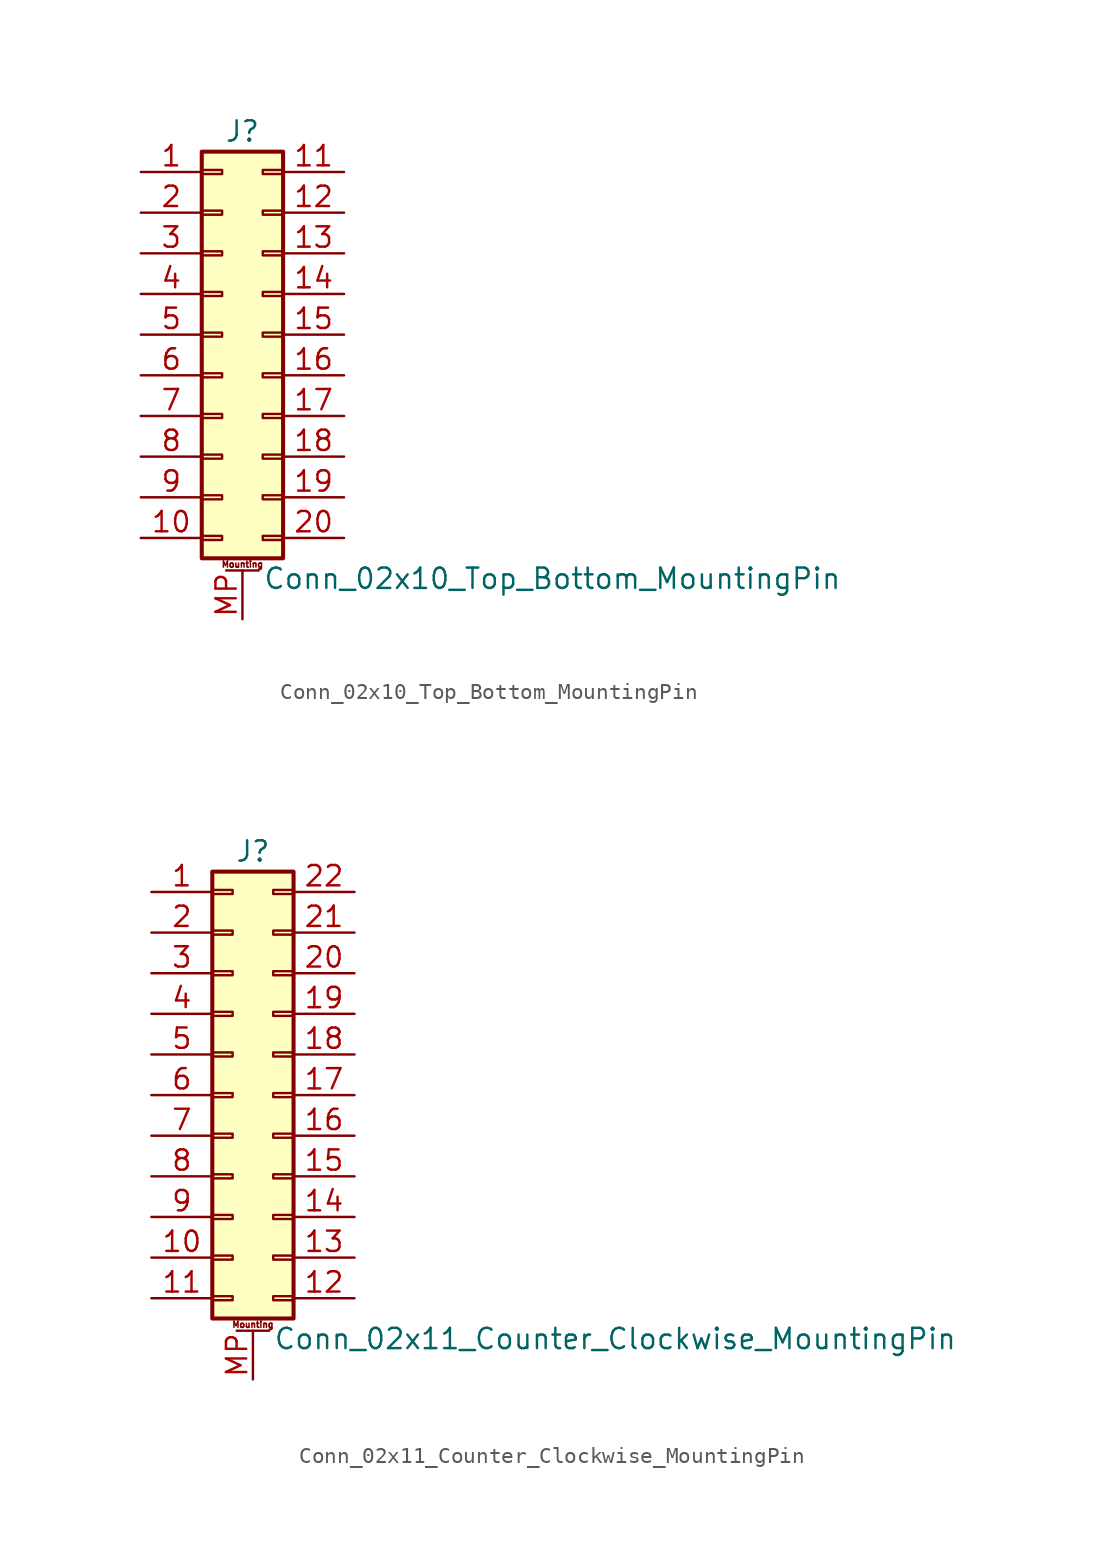
<source format=kicad_sym>
(kicad_symbol_lib
  (version 20220914)
  (generator kicad_symbol_editor)
  (symbol "Conn_02x10_Top_Bottom_MountingPin"
    (pin_names
      (offset 1.016) hide)
    (property "Reference" "J"
      (at 1.27 12.7 0)
      (effects (font (size 1.27 1.27))))
    (property "Value" "Conn_02x10_Top_Bottom_MountingPin"
      (at 2.54 -15.24 0)
      (effects (font (size 1.27 1.27)) (justify left)))
    (symbol "Conn_02x10_Top_Bottom_MountingPin_1_1"
      (rectangle (start -1.27 -12.573) (end 0 -12.827) (stroke (width 0.152) (type default)) (fill (type none)))
      (rectangle (start -1.27 -10.033) (end 0 -10.287) (stroke (width 0.152) (type default)) (fill (type none)))
      (rectangle (start -1.27 -7.493) (end 0 -7.747) (stroke (width 0.152) (type default)) (fill (type none)))
      (rectangle (start -1.27 -4.953) (end 0 -5.207) (stroke (width 0.152) (type default)) (fill (type none)))
      (rectangle (start -1.27 -2.413) (end 0 -2.667) (stroke (width 0.152) (type default)) (fill (type none)))
      (rectangle (start -1.27 0.127) (end 0 -0.127) (stroke (width 0.152) (type default)) (fill (type none)))
      (rectangle (start -1.27 2.667) (end 0 2.413) (stroke (width 0.152) (type default)) (fill (type none)))
      (rectangle (start -1.27 5.207) (end 0 4.953) (stroke (width 0.152) (type default)) (fill (type none)))
      (rectangle (start -1.27 7.747) (end 0 7.493) (stroke (width 0.152) (type default)) (fill (type none)))
      (rectangle (start -1.27 10.287) (end 0 10.033) (stroke (width 0.152) (type default)) (fill (type none)))
      (rectangle (start -1.27 11.43) (end 3.81 -13.97) (stroke (width 0.254) (type default)) (fill (type background)))
      (polyline (pts (xy 0.254 -14.732) (xy 2.286 -14.732)) (stroke (width 0.152) (type default)) (fill (type none)))
      (rectangle (start 3.81 -12.573) (end 2.54 -12.827) (stroke (width 0.152) (type default)) (fill (type none)))
      (rectangle (start 3.81 -10.033) (end 2.54 -10.287) (stroke (width 0.152) (type default)) (fill (type none)))
      (rectangle (start 3.81 -7.493) (end 2.54 -7.747) (stroke (width 0.152) (type default)) (fill (type none)))
      (rectangle (start 3.81 -4.953) (end 2.54 -5.207) (stroke (width 0.152) (type default)) (fill (type none)))
      (rectangle (start 3.81 -2.413) (end 2.54 -2.667) (stroke (width 0.152) (type default)) (fill (type none)))
      (rectangle (start 3.81 0.127) (end 2.54 -0.127) (stroke (width 0.152) (type default)) (fill (type none)))
      (rectangle (start 3.81 2.667) (end 2.54 2.413) (stroke (width 0.152) (type default)) (fill (type none)))
      (rectangle (start 3.81 5.207) (end 2.54 4.953) (stroke (width 0.152) (type default)) (fill (type none)))
      (rectangle (start 3.81 7.747) (end 2.54 7.493) (stroke (width 0.152) (type default)) (fill (type none)))
      (rectangle (start 3.81 10.287) (end 2.54 10.033) (stroke (width 0.152) (type default)) (fill (type none)))
      (text "Mounting" (at 1.27 -14.351 0) (effects (font (size 0.381 0.381))))
      (pin passive line (at -5.08 10.16 0) (length 3.81) (name "Pin_1" (effects (font (size 1.27 1.27)))) (number "1" (effects (font (size 1.27 1.27)))))
      (pin passive line (at -5.08 -12.7 0) (length 3.81) (name "Pin_10" (effects (font (size 1.27 1.27)))) (number "10" (effects (font (size 1.27 1.27)))))
      (pin passive line (at 7.62 10.16 180) (length 3.81) (name "Pin_11" (effects (font (size 1.27 1.27)))) (number "11" (effects (font (size 1.27 1.27)))))
      (pin passive line (at 7.62 7.62 180) (length 3.81) (name "Pin_12" (effects (font (size 1.27 1.27)))) (number "12" (effects (font (size 1.27 1.27)))))
      (pin passive line (at 7.62 5.08 180) (length 3.81) (name "Pin_13" (effects (font (size 1.27 1.27)))) (number "13" (effects (font (size 1.27 1.27)))))
      (pin passive line (at 7.62 2.54 180) (length 3.81) (name "Pin_14" (effects (font (size 1.27 1.27)))) (number "14" (effects (font (size 1.27 1.27)))))
      (pin passive line (at 7.62 0 180) (length 3.81) (name "Pin_15" (effects (font (size 1.27 1.27)))) (number "15" (effects (font (size 1.27 1.27)))))
      (pin passive line (at 7.62 -2.54 180) (length 3.81) (name "Pin_16" (effects (font (size 1.27 1.27)))) (number "16" (effects (font (size 1.27 1.27)))))
      (pin passive line (at 7.62 -5.08 180) (length 3.81) (name "Pin_17" (effects (font (size 1.27 1.27)))) (number "17" (effects (font (size 1.27 1.27)))))
      (pin passive line (at 7.62 -7.62 180) (length 3.81) (name "Pin_18" (effects (font (size 1.27 1.27)))) (number "18" (effects (font (size 1.27 1.27)))))
      (pin passive line (at 7.62 -10.16 180) (length 3.81) (name "Pin_19" (effects (font (size 1.27 1.27)))) (number "19" (effects (font (size 1.27 1.27)))))
      (pin passive line (at -5.08 7.62 0) (length 3.81) (name "Pin_2" (effects (font (size 1.27 1.27)))) (number "2" (effects (font (size 1.27 1.27)))))
      (pin passive line (at 7.62 -12.7 180) (length 3.81) (name "Pin_20" (effects (font (size 1.27 1.27)))) (number "20" (effects (font (size 1.27 1.27)))))
      (pin passive line (at -5.08 5.08 0) (length 3.81) (name "Pin_3" (effects (font (size 1.27 1.27)))) (number "3" (effects (font (size 1.27 1.27)))))
      (pin passive line (at -5.08 2.54 0) (length 3.81) (name "Pin_4" (effects (font (size 1.27 1.27)))) (number "4" (effects (font (size 1.27 1.27)))))
      (pin passive line (at -5.08 0 0) (length 3.81) (name "Pin_5" (effects (font (size 1.27 1.27)))) (number "5" (effects (font (size 1.27 1.27)))))
      (pin passive line (at -5.08 -2.54 0) (length 3.81) (name "Pin_6" (effects (font (size 1.27 1.27)))) (number "6" (effects (font (size 1.27 1.27)))))
      (pin passive line (at -5.08 -5.08 0) (length 3.81) (name "Pin_7" (effects (font (size 1.27 1.27)))) (number "7" (effects (font (size 1.27 1.27)))))
      (pin passive line (at -5.08 -7.62 0) (length 3.81) (name "Pin_8" (effects (font (size 1.27 1.27)))) (number "8" (effects (font (size 1.27 1.27)))))
      (pin passive line (at -5.08 -10.16 0) (length 3.81) (name "Pin_9" (effects (font (size 1.27 1.27)))) (number "9" (effects (font (size 1.27 1.27)))))
      (pin passive line (at 1.27 -17.78 90) (length 3.048) (name "MountPin" (effects (font (size 1.27 1.27)))) (number "MP" (effects (font (size 1.27 1.27)))))))
  (symbol "Conn_02x11_Counter_Clockwise_MountingPin"
    (pin_names
      (offset 1.016) hide)
    (property "Reference" "J"
      (at 1.27 15.24 0)
      (effects (font (size 1.27 1.27))))
    (property "Value" "Conn_02x11_Counter_Clockwise_MountingPin"
      (at 2.54 -15.24 0)
      (effects (font (size 1.27 1.27)) (justify left)))
    (symbol "Conn_02x11_Counter_Clockwise_MountingPin_1_1"
      (rectangle (start -1.27 -12.573) (end 0 -12.827) (stroke (width 0.152) (type default)) (fill (type none)))
      (rectangle (start -1.27 -10.033) (end 0 -10.287) (stroke (width 0.152) (type default)) (fill (type none)))
      (rectangle (start -1.27 -7.493) (end 0 -7.747) (stroke (width 0.152) (type default)) (fill (type none)))
      (rectangle (start -1.27 -4.953) (end 0 -5.207) (stroke (width 0.152) (type default)) (fill (type none)))
      (rectangle (start -1.27 -2.413) (end 0 -2.667) (stroke (width 0.152) (type default)) (fill (type none)))
      (rectangle (start -1.27 0.127) (end 0 -0.127) (stroke (width 0.152) (type default)) (fill (type none)))
      (rectangle (start -1.27 2.667) (end 0 2.413) (stroke (width 0.152) (type default)) (fill (type none)))
      (rectangle (start -1.27 5.207) (end 0 4.953) (stroke (width 0.152) (type default)) (fill (type none)))
      (rectangle (start -1.27 7.747) (end 0 7.493) (stroke (width 0.152) (type default)) (fill (type none)))
      (rectangle (start -1.27 10.287) (end 0 10.033) (stroke (width 0.152) (type default)) (fill (type none)))
      (rectangle (start -1.27 12.827) (end 0 12.573) (stroke (width 0.152) (type default)) (fill (type none)))
      (rectangle (start -1.27 13.97) (end 3.81 -13.97) (stroke (width 0.254) (type default)) (fill (type background)))
      (polyline (pts (xy 0.254 -14.732) (xy 2.286 -14.732)) (stroke (width 0.152) (type default)) (fill (type none)))
      (rectangle (start 3.81 -12.573) (end 2.54 -12.827) (stroke (width 0.152) (type default)) (fill (type none)))
      (rectangle (start 3.81 -10.033) (end 2.54 -10.287) (stroke (width 0.152) (type default)) (fill (type none)))
      (rectangle (start 3.81 -7.493) (end 2.54 -7.747) (stroke (width 0.152) (type default)) (fill (type none)))
      (rectangle (start 3.81 -4.953) (end 2.54 -5.207) (stroke (width 0.152) (type default)) (fill (type none)))
      (rectangle (start 3.81 -2.413) (end 2.54 -2.667) (stroke (width 0.152) (type default)) (fill (type none)))
      (rectangle (start 3.81 0.127) (end 2.54 -0.127) (stroke (width 0.152) (type default)) (fill (type none)))
      (rectangle (start 3.81 2.667) (end 2.54 2.413) (stroke (width 0.152) (type default)) (fill (type none)))
      (rectangle (start 3.81 5.207) (end 2.54 4.953) (stroke (width 0.152) (type default)) (fill (type none)))
      (rectangle (start 3.81 7.747) (end 2.54 7.493) (stroke (width 0.152) (type default)) (fill (type none)))
      (rectangle (start 3.81 10.287) (end 2.54 10.033) (stroke (width 0.152) (type default)) (fill (type none)))
      (rectangle (start 3.81 12.827) (end 2.54 12.573) (stroke (width 0.152) (type default)) (fill (type none)))
      (text "Mounting" (at 1.27 -14.351 0) (effects (font (size 0.381 0.381))))
      (pin passive line (at -5.08 12.7 0) (length 3.81) (name "Pin_1" (effects (font (size 1.27 1.27)))) (number "1" (effects (font (size 1.27 1.27)))))
      (pin passive line (at -5.08 -10.16 0) (length 3.81) (name "Pin_10" (effects (font (size 1.27 1.27)))) (number "10" (effects (font (size 1.27 1.27)))))
      (pin passive line (at -5.08 -12.7 0) (length 3.81) (name "Pin_11" (effects (font (size 1.27 1.27)))) (number "11" (effects (font (size 1.27 1.27)))))
      (pin passive line (at 7.62 -12.7 180) (length 3.81) (name "Pin_12" (effects (font (size 1.27 1.27)))) (number "12" (effects (font (size 1.27 1.27)))))
      (pin passive line (at 7.62 -10.16 180) (length 3.81) (name "Pin_13" (effects (font (size 1.27 1.27)))) (number "13" (effects (font (size 1.27 1.27)))))
      (pin passive line (at 7.62 -7.62 180) (length 3.81) (name "Pin_14" (effects (font (size 1.27 1.27)))) (number "14" (effects (font (size 1.27 1.27)))))
      (pin passive line (at 7.62 -5.08 180) (length 3.81) (name "Pin_15" (effects (font (size 1.27 1.27)))) (number "15" (effects (font (size 1.27 1.27)))))
      (pin passive line (at 7.62 -2.54 180) (length 3.81) (name "Pin_16" (effects (font (size 1.27 1.27)))) (number "16" (effects (font (size 1.27 1.27)))))
      (pin passive line (at 7.62 0 180) (length 3.81) (name "Pin_17" (effects (font (size 1.27 1.27)))) (number "17" (effects (font (size 1.27 1.27)))))
      (pin passive line (at 7.62 2.54 180) (length 3.81) (name "Pin_18" (effects (font (size 1.27 1.27)))) (number "18" (effects (font (size 1.27 1.27)))))
      (pin passive line (at 7.62 5.08 180) (length 3.81) (name "Pin_19" (effects (font (size 1.27 1.27)))) (number "19" (effects (font (size 1.27 1.27)))))
      (pin passive line (at -5.08 10.16 0) (length 3.81) (name "Pin_2" (effects (font (size 1.27 1.27)))) (number "2" (effects (font (size 1.27 1.27)))))
      (pin passive line (at 7.62 7.62 180) (length 3.81) (name "Pin_20" (effects (font (size 1.27 1.27)))) (number "20" (effects (font (size 1.27 1.27)))))
      (pin passive line (at 7.62 10.16 180) (length 3.81) (name "Pin_21" (effects (font (size 1.27 1.27)))) (number "21" (effects (font (size 1.27 1.27)))))
      (pin passive line (at 7.62 12.7 180) (length 3.81) (name "Pin_22" (effects (font (size 1.27 1.27)))) (number "22" (effects (font (size 1.27 1.27)))))
      (pin passive line (at -5.08 7.62 0) (length 3.81) (name "Pin_3" (effects (font (size 1.27 1.27)))) (number "3" (effects (font (size 1.27 1.27)))))
      (pin passive line (at -5.08 5.08 0) (length 3.81) (name "Pin_4" (effects (font (size 1.27 1.27)))) (number "4" (effects (font (size 1.27 1.27)))))
      (pin passive line (at -5.08 2.54 0) (length 3.81) (name "Pin_5" (effects (font (size 1.27 1.27)))) (number "5" (effects (font (size 1.27 1.27)))))
      (pin passive line (at -5.08 0 0) (length 3.81) (name "Pin_6" (effects (font (size 1.27 1.27)))) (number "6" (effects (font (size 1.27 1.27)))))
      (pin passive line (at -5.08 -2.54 0) (length 3.81) (name "Pin_7" (effects (font (size 1.27 1.27)))) (number "7" (effects (font (size 1.27 1.27)))))
      (pin passive line (at -5.08 -5.08 0) (length 3.81) (name "Pin_8" (effects (font (size 1.27 1.27)))) (number "8" (effects (font (size 1.27 1.27)))))
      (pin passive line (at -5.08 -7.62 0) (length 3.81) (name "Pin_9" (effects (font (size 1.27 1.27)))) (number "9" (effects (font (size 1.27 1.27)))))
      (pin passive line (at 1.27 -17.78 90) (length 3.048) (name "MountPin" (effects (font (size 1.27 1.27)))) (number "MP" (effects (font (size 1.27 1.27))))))))
</source>
